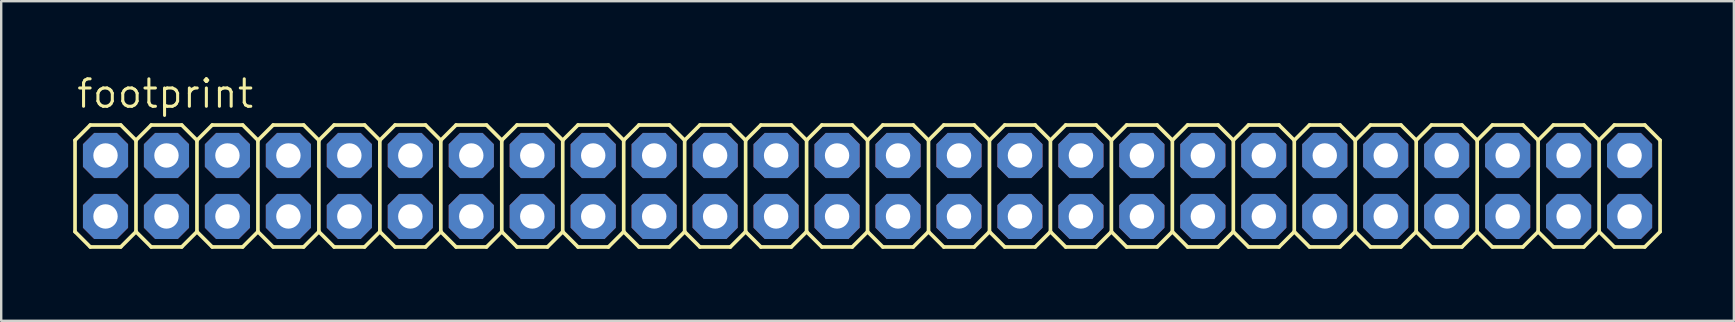
<source format=kicad_pcb>
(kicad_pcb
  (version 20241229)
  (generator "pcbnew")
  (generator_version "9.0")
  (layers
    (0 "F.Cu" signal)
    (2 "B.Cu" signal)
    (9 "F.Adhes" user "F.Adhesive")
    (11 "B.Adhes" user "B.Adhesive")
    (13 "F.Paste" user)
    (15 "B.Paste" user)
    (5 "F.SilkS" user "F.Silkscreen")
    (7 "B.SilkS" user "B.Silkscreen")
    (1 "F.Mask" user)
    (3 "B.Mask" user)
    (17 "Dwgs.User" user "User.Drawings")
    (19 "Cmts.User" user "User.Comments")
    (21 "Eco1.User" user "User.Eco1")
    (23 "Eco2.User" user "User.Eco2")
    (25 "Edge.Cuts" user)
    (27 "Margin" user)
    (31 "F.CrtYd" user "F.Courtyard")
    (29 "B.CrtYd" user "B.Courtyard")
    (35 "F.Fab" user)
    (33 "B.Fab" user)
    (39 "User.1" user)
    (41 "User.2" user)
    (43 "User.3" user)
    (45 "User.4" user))
  (footprint "footprint"
    (layer "F.Cu")
    (at 12.776 4.699)
    (property "Reference" "footprint" (at -12.7 -3.175 0) (layer "F.SilkS") (effects (font (size 1.143 1.143) (thickness 0.127)) (justify left bottom)))
    (fp_line (start -12.7 -1.905) (end -12.065 -2.54) (stroke (width 0.152) (type solid)) (layer "F.SilkS"))
    (fp_line (start -12.7 1.905) (end -12.7 -1.905) (stroke (width 0.152) (type solid)) (layer "F.SilkS"))
    (fp_line (start -12.7 1.905) (end -12.065 2.54) (stroke (width 0.152) (type solid)) (layer "F.SilkS"))
    (fp_line (start -12.065 -2.54) (end -10.795 -2.54) (stroke (width 0.152) (type solid)) (layer "F.SilkS"))
    (fp_line (start -12.065 2.54) (end -10.795 2.54) (stroke (width 0.152) (type solid)) (layer "F.SilkS"))
    (fp_line (start -10.795 -2.54) (end -10.16 -1.905) (stroke (width 0.152) (type solid)) (layer "F.SilkS"))
    (fp_line (start -10.795 2.54) (end -10.16 1.905) (stroke (width 0.152) (type solid)) (layer "F.SilkS"))
    (fp_line (start -10.16 -1.905) (end -10.16 1.905) (stroke (width 0.152) (type solid)) (layer "F.SilkS"))
    (fp_line (start -10.16 -1.905) (end -9.525 -2.54) (stroke (width 0.152) (type solid)) (layer "F.SilkS"))
    (fp_line (start -10.16 1.905) (end -9.525 2.54) (stroke (width 0.152) (type solid)) (layer "F.SilkS"))
    (fp_line (start -9.525 -2.54) (end -8.255 -2.54) (stroke (width 0.152) (type solid)) (layer "F.SilkS"))
    (fp_line (start -9.525 2.54) (end -8.255 2.54) (stroke (width 0.152) (type solid)) (layer "F.SilkS"))
    (fp_line (start -8.255 -2.54) (end -7.62 -1.905) (stroke (width 0.152) (type solid)) (layer "F.SilkS"))
    (fp_line (start -8.255 2.54) (end -7.62 1.905) (stroke (width 0.152) (type solid)) (layer "F.SilkS"))
    (fp_line (start -7.62 -1.905) (end -7.62 1.905) (stroke (width 0.152) (type solid)) (layer "F.SilkS"))
    (fp_line (start -7.62 -1.905) (end -6.985 -2.54) (stroke (width 0.152) (type solid)) (layer "F.SilkS"))
    (fp_line (start -7.62 1.905) (end -6.985 2.54) (stroke (width 0.152) (type solid)) (layer "F.SilkS"))
    (fp_line (start -6.985 -2.54) (end -5.715 -2.54) (stroke (width 0.152) (type solid)) (layer "F.SilkS"))
    (fp_line (start -6.985 2.54) (end -5.715 2.54) (stroke (width 0.152) (type solid)) (layer "F.SilkS"))
    (fp_line (start -5.715 -2.54) (end -5.08 -1.905) (stroke (width 0.152) (type solid)) (layer "F.SilkS"))
    (fp_line (start -5.715 2.54) (end -5.08 1.905) (stroke (width 0.152) (type solid)) (layer "F.SilkS"))
    (fp_line (start -5.08 -1.905) (end -5.08 1.905) (stroke (width 0.152) (type solid)) (layer "F.SilkS"))
    (fp_line (start -5.08 -1.905) (end -4.445 -2.54) (stroke (width 0.152) (type solid)) (layer "F.SilkS"))
    (fp_line (start -5.08 1.905) (end -4.445 2.54) (stroke (width 0.152) (type solid)) (layer "F.SilkS"))
    (fp_line (start -4.445 -2.54) (end -3.175 -2.54) (stroke (width 0.152) (type solid)) (layer "F.SilkS"))
    (fp_line (start -4.445 2.54) (end -3.175 2.54) (stroke (width 0.152) (type solid)) (layer "F.SilkS"))
    (fp_line (start -3.175 -2.54) (end -2.54 -1.905) (stroke (width 0.152) (type solid)) (layer "F.SilkS"))
    (fp_line (start -3.175 2.54) (end -2.54 1.905) (stroke (width 0.152) (type solid)) (layer "F.SilkS"))
    (fp_line (start -2.54 -1.905) (end -2.54 1.905) (stroke (width 0.152) (type solid)) (layer "F.SilkS"))
    (fp_line (start -2.54 -1.905) (end -1.905 -2.54) (stroke (width 0.152) (type solid)) (layer "F.SilkS"))
    (fp_line (start -2.54 1.905) (end -1.905 2.54) (stroke (width 0.152) (type solid)) (layer "F.SilkS"))
    (fp_line (start -1.905 -2.54) (end -0.635 -2.54) (stroke (width 0.152) (type solid)) (layer "F.SilkS"))
    (fp_line (start -1.905 2.54) (end -0.635 2.54) (stroke (width 0.152) (type solid)) (layer "F.SilkS"))
    (fp_line (start -0.635 -2.54) (end 0 -1.905) (stroke (width 0.152) (type solid)) (layer "F.SilkS"))
    (fp_line (start -0.635 2.54) (end 0 1.905) (stroke (width 0.152) (type solid)) (layer "F.SilkS"))
    (fp_line (start 0 -1.905) (end 0 1.905) (stroke (width 0.152) (type solid)) (layer "F.SilkS"))
    (fp_line (start 0 -1.905) (end 0.635 -2.54) (stroke (width 0.152) (type solid)) (layer "F.SilkS"))
    (fp_line (start 0 1.905) (end 0.635 2.54) (stroke (width 0.152) (type solid)) (layer "F.SilkS"))
    (fp_line (start 0.635 -2.54) (end 1.905 -2.54) (stroke (width 0.152) (type solid)) (layer "F.SilkS"))
    (fp_line (start 0.635 2.54) (end 1.905 2.54) (stroke (width 0.152) (type solid)) (layer "F.SilkS"))
    (fp_line (start 1.905 -2.54) (end 2.54 -1.905) (stroke (width 0.152) (type solid)) (layer "F.SilkS"))
    (fp_line (start 1.905 2.54) (end 2.54 1.905) (stroke (width 0.152) (type solid)) (layer "F.SilkS"))
    (fp_line (start 2.54 -1.905) (end 2.54 1.905) (stroke (width 0.152) (type solid)) (layer "F.SilkS"))
    (fp_line (start 2.54 -1.905) (end 3.175 -2.54) (stroke (width 0.152) (type solid)) (layer "F.SilkS"))
    (fp_line (start 2.54 1.905) (end 3.175 2.54) (stroke (width 0.152) (type solid)) (layer "F.SilkS"))
    (fp_line (start 3.175 -2.54) (end 4.445 -2.54) (stroke (width 0.152) (type solid)) (layer "F.SilkS"))
    (fp_line (start 3.175 2.54) (end 4.445 2.54) (stroke (width 0.152) (type solid)) (layer "F.SilkS"))
    (fp_line (start 4.445 -2.54) (end 5.08 -1.905) (stroke (width 0.152) (type solid)) (layer "F.SilkS"))
    (fp_line (start 5.08 -1.905) (end 5.08 1.905) (stroke (width 0.152) (type solid)) (layer "F.SilkS"))
    (fp_line (start 5.08 -1.905) (end 5.715 -2.54) (stroke (width 0.152) (type solid)) (layer "F.SilkS"))
    (fp_line (start 5.08 1.905) (end 4.445 2.54) (stroke (width 0.152) (type solid)) (layer "F.SilkS"))
    (fp_line (start 5.08 1.905) (end 5.715 2.54) (stroke (width 0.152) (type solid)) (layer "F.SilkS"))
    (fp_line (start 5.715 -2.54) (end 6.985 -2.54) (stroke (width 0.152) (type solid)) (layer "F.SilkS"))
    (fp_line (start 5.715 2.54) (end 6.985 2.54) (stroke (width 0.152) (type solid)) (layer "F.SilkS"))
    (fp_line (start 6.985 -2.54) (end 7.62 -1.905) (stroke (width 0.152) (type solid)) (layer "F.SilkS"))
    (fp_line (start 7.62 -1.905) (end 7.62 1.905) (stroke (width 0.152) (type solid)) (layer "F.SilkS"))
    (fp_line (start 7.62 -1.905) (end 8.255 -2.54) (stroke (width 0.152) (type solid)) (layer "F.SilkS"))
    (fp_line (start 7.62 1.905) (end 6.985 2.54) (stroke (width 0.152) (type solid)) (layer "F.SilkS"))
    (fp_line (start 7.62 1.905) (end 8.255 2.54) (stroke (width 0.152) (type solid)) (layer "F.SilkS"))
    (fp_line (start 8.255 -2.54) (end 9.525 -2.54) (stroke (width 0.152) (type solid)) (layer "F.SilkS"))
    (fp_line (start 8.255 2.54) (end 9.525 2.54) (stroke (width 0.152) (type solid)) (layer "F.SilkS"))
    (fp_line (start 9.525 -2.54) (end 10.16 -1.905) (stroke (width 0.152) (type solid)) (layer "F.SilkS"))
    (fp_line (start 10.16 -1.905) (end 10.16 1.905) (stroke (width 0.152) (type solid)) (layer "F.SilkS"))
    (fp_line (start 10.16 -1.905) (end 10.795 -2.54) (stroke (width 0.152) (type solid)) (layer "F.SilkS"))
    (fp_line (start 10.16 1.905) (end 9.525 2.54) (stroke (width 0.152) (type solid)) (layer "F.SilkS"))
    (fp_line (start 10.16 1.905) (end 10.795 2.54) (stroke (width 0.152) (type solid)) (layer "F.SilkS"))
    (fp_line (start 10.795 -2.54) (end 12.065 -2.54) (stroke (width 0.152) (type solid)) (layer "F.SilkS"))
    (fp_line (start 10.795 2.54) (end 12.065 2.54) (stroke (width 0.152) (type solid)) (layer "F.SilkS"))
    (fp_line (start 12.065 -2.54) (end 12.7 -1.905) (stroke (width 0.152) (type solid)) (layer "F.SilkS"))
    (fp_line (start 12.7 -1.905) (end 13.335 -2.54) (stroke (width 0.152) (type solid)) (layer "F.SilkS"))
    (fp_line (start 12.7 1.905) (end 12.065 2.54) (stroke (width 0.152) (type solid)) (layer "F.SilkS"))
    (fp_line (start 12.7 1.905) (end 12.7 -1.905) (stroke (width 0.152) (type solid)) (layer "F.SilkS"))
    (fp_line (start 12.7 1.905) (end 13.335 2.54) (stroke (width 0.152) (type solid)) (layer "F.SilkS"))
    (fp_line (start 13.335 -2.54) (end 14.605 -2.54) (stroke (width 0.152) (type solid)) (layer "F.SilkS"))
    (fp_line (start 13.335 2.54) (end 14.605 2.54) (stroke (width 0.152) (type solid)) (layer "F.SilkS"))
    (fp_line (start 14.605 -2.54) (end 15.24 -1.905) (stroke (width 0.152) (type solid)) (layer "F.SilkS"))
    (fp_line (start 14.605 2.54) (end 15.24 1.905) (stroke (width 0.152) (type solid)) (layer "F.SilkS"))
    (fp_line (start 15.24 -1.905) (end 15.24 1.905) (stroke (width 0.152) (type solid)) (layer "F.SilkS"))
    (fp_line (start 15.24 -1.905) (end 15.875 -2.54) (stroke (width 0.152) (type solid)) (layer "F.SilkS"))
    (fp_line (start 15.24 1.905) (end 15.875 2.54) (stroke (width 0.152) (type solid)) (layer "F.SilkS"))
    (fp_line (start 15.875 -2.54) (end 17.145 -2.54) (stroke (width 0.152) (type solid)) (layer "F.SilkS"))
    (fp_line (start 15.875 2.54) (end 17.145 2.54) (stroke (width 0.152) (type solid)) (layer "F.SilkS"))
    (fp_line (start 17.145 -2.54) (end 17.78 -1.905) (stroke (width 0.152) (type solid)) (layer "F.SilkS"))
    (fp_line (start 17.145 2.54) (end 17.78 1.905) (stroke (width 0.152) (type solid)) (layer "F.SilkS"))
    (fp_line (start 17.78 -1.905) (end 17.78 1.905) (stroke (width 0.152) (type solid)) (layer "F.SilkS"))
    (fp_line (start 17.78 -1.905) (end 18.415 -2.54) (stroke (width 0.152) (type solid)) (layer "F.SilkS"))
    (fp_line (start 17.78 1.905) (end 18.415 2.54) (stroke (width 0.152) (type solid)) (layer "F.SilkS"))
    (fp_line (start 18.415 -2.54) (end 19.685 -2.54) (stroke (width 0.152) (type solid)) (layer "F.SilkS"))
    (fp_line (start 18.415 2.54) (end 19.685 2.54) (stroke (width 0.152) (type solid)) (layer "F.SilkS"))
    (fp_line (start 19.685 -2.54) (end 20.32 -1.905) (stroke (width 0.152) (type solid)) (layer "F.SilkS"))
    (fp_line (start 19.685 2.54) (end 20.32 1.905) (stroke (width 0.152) (type solid)) (layer "F.SilkS"))
    (fp_line (start 20.32 -1.905) (end 20.32 1.905) (stroke (width 0.152) (type solid)) (layer "F.SilkS"))
    (fp_line (start 20.32 -1.905) (end 20.955 -2.54) (stroke (width 0.152) (type solid)) (layer "F.SilkS"))
    (fp_line (start 20.32 1.905) (end 20.955 2.54) (stroke (width 0.152) (type solid)) (layer "F.SilkS"))
    (fp_line (start 20.955 -2.54) (end 22.225 -2.54) (stroke (width 0.152) (type solid)) (layer "F.SilkS"))
    (fp_line (start 20.955 2.54) (end 22.225 2.54) (stroke (width 0.152) (type solid)) (layer "F.SilkS"))
    (fp_line (start 22.225 -2.54) (end 22.86 -1.905) (stroke (width 0.152) (type solid)) (layer "F.SilkS"))
    (fp_line (start 22.225 2.54) (end 22.86 1.905) (stroke (width 0.152) (type solid)) (layer "F.SilkS"))
    (fp_line (start 22.86 -1.905) (end 22.86 1.905) (stroke (width 0.152) (type solid)) (layer "F.SilkS"))
    (fp_line (start 22.86 -1.905) (end 23.495 -2.54) (stroke (width 0.152) (type solid)) (layer "F.SilkS"))
    (fp_line (start 22.86 1.905) (end 23.495 2.54) (stroke (width 0.152) (type solid)) (layer "F.SilkS"))
    (fp_line (start 23.495 -2.54) (end 24.765 -2.54) (stroke (width 0.152) (type solid)) (layer "F.SilkS"))
    (fp_line (start 23.495 2.54) (end 24.765 2.54) (stroke (width 0.152) (type solid)) (layer "F.SilkS"))
    (fp_line (start 24.765 -2.54) (end 25.4 -1.905) (stroke (width 0.152) (type solid)) (layer "F.SilkS"))
    (fp_line (start 24.765 2.54) (end 25.4 1.905) (stroke (width 0.152) (type solid)) (layer "F.SilkS"))
    (fp_line (start 25.4 -1.905) (end 25.4 1.905) (stroke (width 0.152) (type solid)) (layer "F.SilkS"))
    (fp_line (start 25.4 -1.905) (end 26.035 -2.54) (stroke (width 0.152) (type solid)) (layer "F.SilkS"))
    (fp_line (start 25.4 1.905) (end 26.035 2.54) (stroke (width 0.152) (type solid)) (layer "F.SilkS"))
    (fp_line (start 26.035 -2.54) (end 27.305 -2.54) (stroke (width 0.152) (type solid)) (layer "F.SilkS"))
    (fp_line (start 26.035 2.54) (end 27.305 2.54) (stroke (width 0.152) (type solid)) (layer "F.SilkS"))
    (fp_line (start 27.305 -2.54) (end 27.94 -1.905) (stroke (width 0.152) (type solid)) (layer "F.SilkS"))
    (fp_line (start 27.305 2.54) (end 27.94 1.905) (stroke (width 0.152) (type solid)) (layer "F.SilkS"))
    (fp_line (start 27.94 -1.905) (end 27.94 1.905) (stroke (width 0.152) (type solid)) (layer "F.SilkS"))
    (fp_line (start 27.94 -1.905) (end 28.575 -2.54) (stroke (width 0.152) (type solid)) (layer "F.SilkS"))
    (fp_line (start 27.94 1.905) (end 28.575 2.54) (stroke (width 0.152) (type solid)) (layer "F.SilkS"))
    (fp_line (start 28.575 -2.54) (end 29.845 -2.54) (stroke (width 0.152) (type solid)) (layer "F.SilkS"))
    (fp_line (start 28.575 2.54) (end 29.845 2.54) (stroke (width 0.152) (type solid)) (layer "F.SilkS"))
    (fp_line (start 29.845 -2.54) (end 30.48 -1.905) (stroke (width 0.152) (type solid)) (layer "F.SilkS"))
    (fp_line (start 30.48 -1.905) (end 30.48 1.905) (stroke (width 0.152) (type solid)) (layer "F.SilkS"))
    (fp_line (start 30.48 -1.905) (end 31.115 -2.54) (stroke (width 0.152) (type solid)) (layer "F.SilkS"))
    (fp_line (start 30.48 1.905) (end 29.845 2.54) (stroke (width 0.152) (type solid)) (layer "F.SilkS"))
    (fp_line (start 30.48 1.905) (end 31.115 2.54) (stroke (width 0.152) (type solid)) (layer "F.SilkS"))
    (fp_line (start 31.115 -2.54) (end 32.385 -2.54) (stroke (width 0.152) (type solid)) (layer "F.SilkS"))
    (fp_line (start 31.115 2.54) (end 32.385 2.54) (stroke (width 0.152) (type solid)) (layer "F.SilkS"))
    (fp_line (start 32.385 -2.54) (end 33.02 -1.905) (stroke (width 0.152) (type solid)) (layer "F.SilkS"))
    (fp_line (start 33.02 -1.905) (end 33.02 1.905) (stroke (width 0.152) (type solid)) (layer "F.SilkS"))
    (fp_line (start 33.02 -1.905) (end 33.655 -2.54) (stroke (width 0.152) (type solid)) (layer "F.SilkS"))
    (fp_line (start 33.02 1.905) (end 32.385 2.54) (stroke (width 0.152) (type solid)) (layer "F.SilkS"))
    (fp_line (start 33.02 1.905) (end 33.655 2.54) (stroke (width 0.152) (type solid)) (layer "F.SilkS"))
    (fp_line (start 33.655 -2.54) (end 34.925 -2.54) (stroke (width 0.152) (type solid)) (layer "F.SilkS"))
    (fp_line (start 33.655 2.54) (end 34.925 2.54) (stroke (width 0.152) (type solid)) (layer "F.SilkS"))
    (fp_line (start 34.925 -2.54) (end 35.56 -1.905) (stroke (width 0.152) (type solid)) (layer "F.SilkS"))
    (fp_line (start 35.56 -1.905) (end 35.56 1.905) (stroke (width 0.152) (type solid)) (layer "F.SilkS"))
    (fp_line (start 35.56 -1.905) (end 36.195 -2.54) (stroke (width 0.152) (type solid)) (layer "F.SilkS"))
    (fp_line (start 35.56 1.905) (end 34.925 2.54) (stroke (width 0.152) (type solid)) (layer "F.SilkS"))
    (fp_line (start 35.56 1.905) (end 36.195 2.54) (stroke (width 0.152) (type solid)) (layer "F.SilkS"))
    (fp_line (start 36.195 -2.54) (end 37.465 -2.54) (stroke (width 0.152) (type solid)) (layer "F.SilkS"))
    (fp_line (start 36.195 2.54) (end 37.465 2.54) (stroke (width 0.152) (type solid)) (layer "F.SilkS"))
    (fp_line (start 37.465 -2.54) (end 38.1 -1.905) (stroke (width 0.152) (type solid)) (layer "F.SilkS"))
    (fp_line (start 37.465 2.54) (end 38.1 1.905) (stroke (width 0.152) (type solid)) (layer "F.SilkS"))
    (fp_line (start 38.1 -1.905) (end 38.1 1.905) (stroke (width 0.152) (type solid)) (layer "F.SilkS"))
    (fp_line (start 38.1 -1.905) (end 38.735 -2.54) (stroke (width 0.152) (type solid)) (layer "F.SilkS"))
    (fp_line (start 38.1 1.905) (end 38.735 2.54) (stroke (width 0.152) (type solid)) (layer "F.SilkS"))
    (fp_line (start 38.735 -2.54) (end 40.005 -2.54) (stroke (width 0.152) (type solid)) (layer "F.SilkS"))
    (fp_line (start 38.735 2.54) (end 40.005 2.54) (stroke (width 0.152) (type solid)) (layer "F.SilkS"))
    (fp_line (start 40.005 -2.54) (end 40.64 -1.905) (stroke (width 0.152) (type solid)) (layer "F.SilkS"))
    (fp_line (start 40.005 2.54) (end 40.64 1.905) (stroke (width 0.152) (type solid)) (layer "F.SilkS"))
    (fp_line (start 40.64 -1.905) (end 40.64 1.905) (stroke (width 0.152) (type solid)) (layer "F.SilkS"))
    (fp_line (start 40.64 -1.905) (end 41.275 -2.54) (stroke (width 0.152) (type solid)) (layer "F.SilkS"))
    (fp_line (start 40.64 1.905) (end 41.275 2.54) (stroke (width 0.152) (type solid)) (layer "F.SilkS"))
    (fp_line (start 41.275 -2.54) (end 42.545 -2.54) (stroke (width 0.152) (type solid)) (layer "F.SilkS"))
    (fp_line (start 41.275 2.54) (end 42.545 2.54) (stroke (width 0.152) (type solid)) (layer "F.SilkS"))
    (fp_line (start 42.545 -2.54) (end 43.18 -1.905) (stroke (width 0.152) (type solid)) (layer "F.SilkS"))
    (fp_line (start 42.545 2.54) (end 43.18 1.905) (stroke (width 0.152) (type solid)) (layer "F.SilkS"))
    (fp_line (start 43.18 -1.905) (end 43.18 1.905) (stroke (width 0.152) (type solid)) (layer "F.SilkS"))
    (fp_line (start 43.18 -1.905) (end 43.815 -2.54) (stroke (width 0.152) (type solid)) (layer "F.SilkS"))
    (fp_line (start 43.18 1.905) (end 43.815 2.54) (stroke (width 0.152) (type solid)) (layer "F.SilkS"))
    (fp_line (start 43.815 -2.54) (end 45.085 -2.54) (stroke (width 0.152) (type solid)) (layer "F.SilkS"))
    (fp_line (start 43.815 2.54) (end 45.085 2.54) (stroke (width 0.152) (type solid)) (layer "F.SilkS"))
    (fp_line (start 45.085 -2.54) (end 45.72 -1.905) (stroke (width 0.152) (type solid)) (layer "F.SilkS"))
    (fp_line (start 45.72 -1.905) (end 45.72 1.905) (stroke (width 0.152) (type solid)) (layer "F.SilkS"))
    (fp_line (start 45.72 -1.905) (end 46.355 -2.54) (stroke (width 0.152) (type solid)) (layer "F.SilkS"))
    (fp_line (start 45.72 1.905) (end 45.085 2.54) (stroke (width 0.152) (type solid)) (layer "F.SilkS"))
    (fp_line (start 45.72 1.905) (end 46.355 2.54) (stroke (width 0.152) (type solid)) (layer "F.SilkS"))
    (fp_line (start 46.355 -2.54) (end 47.625 -2.54) (stroke (width 0.152) (type solid)) (layer "F.SilkS"))
    (fp_line (start 46.355 2.54) (end 47.625 2.54) (stroke (width 0.152) (type solid)) (layer "F.SilkS"))
    (fp_line (start 47.625 -2.54) (end 48.26 -1.905) (stroke (width 0.152) (type solid)) (layer "F.SilkS"))
    (fp_line (start 48.26 -1.905) (end 48.26 1.905) (stroke (width 0.152) (type solid)) (layer "F.SilkS"))
    (fp_line (start 48.26 -1.905) (end 48.895 -2.54) (stroke (width 0.152) (type solid)) (layer "F.SilkS"))
    (fp_line (start 48.26 1.905) (end 47.625 2.54) (stroke (width 0.152) (type solid)) (layer "F.SilkS"))
    (fp_line (start 48.26 1.905) (end 48.895 2.54) (stroke (width 0.152) (type solid)) (layer "F.SilkS"))
    (fp_line (start 48.895 -2.54) (end 50.165 -2.54) (stroke (width 0.152) (type solid)) (layer "F.SilkS"))
    (fp_line (start 48.895 2.54) (end 50.165 2.54) (stroke (width 0.152) (type solid)) (layer "F.SilkS"))
    (fp_line (start 50.165 -2.54) (end 50.8 -1.905) (stroke (width 0.152) (type solid)) (layer "F.SilkS"))
    (fp_line (start 50.8 -1.905) (end 50.8 1.905) (stroke (width 0.152) (type solid)) (layer "F.SilkS"))
    (fp_line (start 50.8 -1.905) (end 51.435 -2.54) (stroke (width 0.152) (type solid)) (layer "F.SilkS"))
    (fp_line (start 50.8 1.905) (end 50.165 2.54) (stroke (width 0.152) (type solid)) (layer "F.SilkS"))
    (fp_line (start 50.8 1.905) (end 51.435 2.54) (stroke (width 0.152) (type solid)) (layer "F.SilkS"))
    (fp_line (start 51.435 -2.54) (end 52.705 -2.54) (stroke (width 0.152) (type solid)) (layer "F.SilkS"))
    (fp_line (start 51.435 2.54) (end 52.705 2.54) (stroke (width 0.152) (type solid)) (layer "F.SilkS"))
    (fp_line (start 52.705 -2.54) (end 53.34 -1.905) (stroke (width 0.152) (type solid)) (layer "F.SilkS"))
    (fp_line (start 53.34 -1.905) (end 53.34 1.905) (stroke (width 0.152) (type solid)) (layer "F.SilkS"))
    (fp_line (start 53.34 1.905) (end 52.705 2.54) (stroke (width 0.152) (type solid)) (layer "F.SilkS"))
    (fp_poly (pts (xy -11.684 -1.016) (xy -11.176 -1.016) (xy -11.176 -1.524) (xy -11.684 -1.524)) (stroke (width 0.1) (type solid)) (fill no) (layer "F.Fab"))
    (fp_poly (pts (xy -11.684 1.524) (xy -11.176 1.524) (xy -11.176 1.016) (xy -11.684 1.016)) (stroke (width 0.1) (type solid)) (fill no) (layer "F.Fab"))
    (fp_poly (pts (xy -9.144 -1.016) (xy -8.636 -1.016) (xy -8.636 -1.524) (xy -9.144 -1.524)) (stroke (width 0.1) (type solid)) (fill no) (layer "F.Fab"))
    (fp_poly (pts (xy -9.144 1.524) (xy -8.636 1.524) (xy -8.636 1.016) (xy -9.144 1.016)) (stroke (width 0.1) (type solid)) (fill no) (layer "F.Fab"))
    (fp_poly (pts (xy -6.604 -1.016) (xy -6.096 -1.016) (xy -6.096 -1.524) (xy -6.604 -1.524)) (stroke (width 0.1) (type solid)) (fill no) (layer "F.Fab"))
    (fp_poly (pts (xy -6.604 1.524) (xy -6.096 1.524) (xy -6.096 1.016) (xy -6.604 1.016)) (stroke (width 0.1) (type solid)) (fill no) (layer "F.Fab"))
    (fp_poly (pts (xy -4.064 -1.016) (xy -3.556 -1.016) (xy -3.556 -1.524) (xy -4.064 -1.524)) (stroke (width 0.1) (type solid)) (fill no) (layer "F.Fab"))
    (fp_poly (pts (xy -4.064 1.524) (xy -3.556 1.524) (xy -3.556 1.016) (xy -4.064 1.016)) (stroke (width 0.1) (type solid)) (fill no) (layer "F.Fab"))
    (fp_poly (pts (xy -1.524 -1.016) (xy -1.016 -1.016) (xy -1.016 -1.524) (xy -1.524 -1.524)) (stroke (width 0.1) (type solid)) (fill no) (layer "F.Fab"))
    (fp_poly (pts (xy -1.524 1.524) (xy -1.016 1.524) (xy -1.016 1.016) (xy -1.524 1.016)) (stroke (width 0.1) (type solid)) (fill no) (layer "F.Fab"))
    (fp_poly (pts (xy 1.016 -1.016) (xy 1.524 -1.016) (xy 1.524 -1.524) (xy 1.016 -1.524)) (stroke (width 0.1) (type solid)) (fill no) (layer "F.Fab"))
    (fp_poly (pts (xy 1.016 1.524) (xy 1.524 1.524) (xy 1.524 1.016) (xy 1.016 1.016)) (stroke (width 0.1) (type solid)) (fill no) (layer "F.Fab"))
    (fp_poly (pts (xy 3.556 -1.016) (xy 4.064 -1.016) (xy 4.064 -1.524) (xy 3.556 -1.524)) (stroke (width 0.1) (type solid)) (fill no) (layer "F.Fab"))
    (fp_poly (pts (xy 3.556 1.524) (xy 4.064 1.524) (xy 4.064 1.016) (xy 3.556 1.016)) (stroke (width 0.1) (type solid)) (fill no) (layer "F.Fab"))
    (fp_poly (pts (xy 6.096 -1.016) (xy 6.604 -1.016) (xy 6.604 -1.524) (xy 6.096 -1.524)) (stroke (width 0.1) (type solid)) (fill no) (layer "F.Fab"))
    (fp_poly (pts (xy 6.096 1.524) (xy 6.604 1.524) (xy 6.604 1.016) (xy 6.096 1.016)) (stroke (width 0.1) (type solid)) (fill no) (layer "F.Fab"))
    (fp_poly (pts (xy 8.636 -1.016) (xy 9.144 -1.016) (xy 9.144 -1.524) (xy 8.636 -1.524)) (stroke (width 0.1) (type solid)) (fill no) (layer "F.Fab"))
    (fp_poly (pts (xy 8.636 1.524) (xy 9.144 1.524) (xy 9.144 1.016) (xy 8.636 1.016)) (stroke (width 0.1) (type solid)) (fill no) (layer "F.Fab"))
    (fp_poly (pts (xy 11.176 -1.016) (xy 11.684 -1.016) (xy 11.684 -1.524) (xy 11.176 -1.524)) (stroke (width 0.1) (type solid)) (fill no) (layer "F.Fab"))
    (fp_poly (pts (xy 11.176 1.524) (xy 11.684 1.524) (xy 11.684 1.016) (xy 11.176 1.016)) (stroke (width 0.1) (type solid)) (fill no) (layer "F.Fab"))
    (fp_poly (pts (xy 13.716 -1.016) (xy 14.224 -1.016) (xy 14.224 -1.524) (xy 13.716 -1.524)) (stroke (width 0.1) (type solid)) (fill no) (layer "F.Fab"))
    (fp_poly (pts (xy 13.716 1.524) (xy 14.224 1.524) (xy 14.224 1.016) (xy 13.716 1.016)) (stroke (width 0.1) (type solid)) (fill no) (layer "F.Fab"))
    (fp_poly (pts (xy 16.256 -1.016) (xy 16.764 -1.016) (xy 16.764 -1.524) (xy 16.256 -1.524)) (stroke (width 0.1) (type solid)) (fill no) (layer "F.Fab"))
    (fp_poly (pts (xy 16.256 1.524) (xy 16.764 1.524) (xy 16.764 1.016) (xy 16.256 1.016)) (stroke (width 0.1) (type solid)) (fill no) (layer "F.Fab"))
    (fp_poly (pts (xy 18.796 -1.016) (xy 19.304 -1.016) (xy 19.304 -1.524) (xy 18.796 -1.524)) (stroke (width 0.1) (type solid)) (fill no) (layer "F.Fab"))
    (fp_poly (pts (xy 18.796 1.524) (xy 19.304 1.524) (xy 19.304 1.016) (xy 18.796 1.016)) (stroke (width 0.1) (type solid)) (fill no) (layer "F.Fab"))
    (fp_poly (pts (xy 21.336 -1.016) (xy 21.844 -1.016) (xy 21.844 -1.524) (xy 21.336 -1.524)) (stroke (width 0.1) (type solid)) (fill no) (layer "F.Fab"))
    (fp_poly (pts (xy 21.336 1.524) (xy 21.844 1.524) (xy 21.844 1.016) (xy 21.336 1.016)) (stroke (width 0.1) (type solid)) (fill no) (layer "F.Fab"))
    (fp_poly (pts (xy 23.876 -1.016) (xy 24.384 -1.016) (xy 24.384 -1.524) (xy 23.876 -1.524)) (stroke (width 0.1) (type solid)) (fill no) (layer "F.Fab"))
    (fp_poly (pts (xy 23.876 1.524) (xy 24.384 1.524) (xy 24.384 1.016) (xy 23.876 1.016)) (stroke (width 0.1) (type solid)) (fill no) (layer "F.Fab"))
    (fp_poly (pts (xy 26.416 -1.016) (xy 26.924 -1.016) (xy 26.924 -1.524) (xy 26.416 -1.524)) (stroke (width 0.1) (type solid)) (fill no) (layer "F.Fab"))
    (fp_poly (pts (xy 26.416 1.524) (xy 26.924 1.524) (xy 26.924 1.016) (xy 26.416 1.016)) (stroke (width 0.1) (type solid)) (fill no) (layer "F.Fab"))
    (fp_poly (pts (xy 28.956 -1.016) (xy 29.464 -1.016) (xy 29.464 -1.524) (xy 28.956 -1.524)) (stroke (width 0.1) (type solid)) (fill no) (layer "F.Fab"))
    (fp_poly (pts (xy 28.956 1.524) (xy 29.464 1.524) (xy 29.464 1.016) (xy 28.956 1.016)) (stroke (width 0.1) (type solid)) (fill no) (layer "F.Fab"))
    (fp_poly (pts (xy 31.496 -1.016) (xy 32.004 -1.016) (xy 32.004 -1.524) (xy 31.496 -1.524)) (stroke (width 0.1) (type solid)) (fill no) (layer "F.Fab"))
    (fp_poly (pts (xy 31.496 1.524) (xy 32.004 1.524) (xy 32.004 1.016) (xy 31.496 1.016)) (stroke (width 0.1) (type solid)) (fill no) (layer "F.Fab"))
    (fp_poly (pts (xy 34.036 -1.016) (xy 34.544 -1.016) (xy 34.544 -1.524) (xy 34.036 -1.524)) (stroke (width 0.1) (type solid)) (fill no) (layer "F.Fab"))
    (fp_poly (pts (xy 34.036 1.524) (xy 34.544 1.524) (xy 34.544 1.016) (xy 34.036 1.016)) (stroke (width 0.1) (type solid)) (fill no) (layer "F.Fab"))
    (fp_poly (pts (xy 36.576 -1.016) (xy 37.084 -1.016) (xy 37.084 -1.524) (xy 36.576 -1.524)) (stroke (width 0.1) (type solid)) (fill no) (layer "F.Fab"))
    (fp_poly (pts (xy 36.576 1.524) (xy 37.084 1.524) (xy 37.084 1.016) (xy 36.576 1.016)) (stroke (width 0.1) (type solid)) (fill no) (layer "F.Fab"))
    (fp_poly (pts (xy 39.116 -1.016) (xy 39.624 -1.016) (xy 39.624 -1.524) (xy 39.116 -1.524)) (stroke (width 0.1) (type solid)) (fill no) (layer "F.Fab"))
    (fp_poly (pts (xy 39.116 1.524) (xy 39.624 1.524) (xy 39.624 1.016) (xy 39.116 1.016)) (stroke (width 0.1) (type solid)) (fill no) (layer "F.Fab"))
    (fp_poly (pts (xy 41.656 -1.016) (xy 42.164 -1.016) (xy 42.164 -1.524) (xy 41.656 -1.524)) (stroke (width 0.1) (type solid)) (fill no) (layer "F.Fab"))
    (fp_poly (pts (xy 41.656 1.524) (xy 42.164 1.524) (xy 42.164 1.016) (xy 41.656 1.016)) (stroke (width 0.1) (type solid)) (fill no) (layer "F.Fab"))
    (fp_poly (pts (xy 44.196 -1.016) (xy 44.704 -1.016) (xy 44.704 -1.524) (xy 44.196 -1.524)) (stroke (width 0.1) (type solid)) (fill no) (layer "F.Fab"))
    (fp_poly (pts (xy 44.196 1.524) (xy 44.704 1.524) (xy 44.704 1.016) (xy 44.196 1.016)) (stroke (width 0.1) (type solid)) (fill no) (layer "F.Fab"))
    (fp_poly (pts (xy 46.736 -1.016) (xy 47.244 -1.016) (xy 47.244 -1.524) (xy 46.736 -1.524)) (stroke (width 0.1) (type solid)) (fill no) (layer "F.Fab"))
    (fp_poly (pts (xy 46.736 1.524) (xy 47.244 1.524) (xy 47.244 1.016) (xy 46.736 1.016)) (stroke (width 0.1) (type solid)) (fill no) (layer "F.Fab"))
    (fp_poly (pts (xy 49.276 -1.016) (xy 49.784 -1.016) (xy 49.784 -1.524) (xy 49.276 -1.524)) (stroke (width 0.1) (type solid)) (fill no) (layer "F.Fab"))
    (fp_poly (pts (xy 49.276 1.524) (xy 49.784 1.524) (xy 49.784 1.016) (xy 49.276 1.016)) (stroke (width 0.1) (type solid)) (fill no) (layer "F.Fab"))
    (fp_poly (pts (xy 51.816 -1.016) (xy 52.324 -1.016) (xy 52.324 -1.524) (xy 51.816 -1.524)) (stroke (width 0.1) (type solid)) (fill no) (layer "F.Fab"))
    (fp_poly (pts (xy 51.816 1.524) (xy 52.324 1.524) (xy 52.324 1.016) (xy 51.816 1.016)) (stroke (width 0.1) (type solid)) (fill no) (layer "F.Fab"))
    (pad "1" thru_hole roundrect (at -11.43 1.27) (size 1.88 1.88) (drill 1.016) (layers "*.Cu" "*.Mask") (roundrect_rratio 0.25) (chamfer_ratio 0.25) (chamfer top_left top_right bottom_left bottom_right))
    (pad "2" thru_hole roundrect (at -11.43 -1.27) (size 1.88 1.88) (drill 1.016) (layers "*.Cu" "*.Mask") (roundrect_rratio 0.25) (chamfer_ratio 0.25) (chamfer top_left top_right bottom_left bottom_right))
    (pad "3" thru_hole roundrect (at -8.89 1.27) (size 1.88 1.88) (drill 1.016) (layers "*.Cu" "*.Mask") (roundrect_rratio 0.25) (chamfer_ratio 0.25) (chamfer top_left top_right bottom_left bottom_right))
    (pad "4" thru_hole roundrect (at -8.89 -1.27) (size 1.88 1.88) (drill 1.016) (layers "*.Cu" "*.Mask") (roundrect_rratio 0.25) (chamfer_ratio 0.25) (chamfer top_left top_right bottom_left bottom_right))
    (pad "5" thru_hole roundrect (at -6.35 1.27) (size 1.88 1.88) (drill 1.016) (layers "*.Cu" "*.Mask") (roundrect_rratio 0.25) (chamfer_ratio 0.25) (chamfer top_left top_right bottom_left bottom_right))
    (pad "6" thru_hole roundrect (at -6.35 -1.27) (size 1.88 1.88) (drill 1.016) (layers "*.Cu" "*.Mask") (roundrect_rratio 0.25) (chamfer_ratio 0.25) (chamfer top_left top_right bottom_left bottom_right))
    (pad "7" thru_hole roundrect (at -3.81 1.27) (size 1.88 1.88) (drill 1.016) (layers "*.Cu" "*.Mask") (roundrect_rratio 0.25) (chamfer_ratio 0.25) (chamfer top_left top_right bottom_left bottom_right))
    (pad "8" thru_hole roundrect (at -3.81 -1.27) (size 1.88 1.88) (drill 1.016) (layers "*.Cu" "*.Mask") (roundrect_rratio 0.25) (chamfer_ratio 0.25) (chamfer top_left top_right bottom_left bottom_right))
    (pad "9" thru_hole roundrect (at -1.27 1.27) (size 1.88 1.88) (drill 1.016) (layers "*.Cu" "*.Mask") (roundrect_rratio 0.25) (chamfer_ratio 0.25) (chamfer top_left top_right bottom_left bottom_right))
    (pad "10" thru_hole roundrect (at -1.27 -1.27) (size 1.88 1.88) (drill 1.016) (layers "*.Cu" "*.Mask") (roundrect_rratio 0.25) (chamfer_ratio 0.25) (chamfer top_left top_right bottom_left bottom_right))
    (pad "11" thru_hole roundrect (at 1.27 1.27) (size 1.88 1.88) (drill 1.016) (layers "*.Cu" "*.Mask") (roundrect_rratio 0.25) (chamfer_ratio 0.25) (chamfer top_left top_right bottom_left bottom_right))
    (pad "12" thru_hole roundrect (at 1.27 -1.27) (size 1.88 1.88) (drill 1.016) (layers "*.Cu" "*.Mask") (roundrect_rratio 0.25) (chamfer_ratio 0.25) (chamfer top_left top_right bottom_left bottom_right))
    (pad "13" thru_hole roundrect (at 3.81 1.27) (size 1.88 1.88) (drill 1.016) (layers "*.Cu" "*.Mask") (roundrect_rratio 0.25) (chamfer_ratio 0.25) (chamfer top_left top_right bottom_left bottom_right))
    (pad "14" thru_hole roundrect (at 3.81 -1.27) (size 1.88 1.88) (drill 1.016) (layers "*.Cu" "*.Mask") (roundrect_rratio 0.25) (chamfer_ratio 0.25) (chamfer top_left top_right bottom_left bottom_right))
    (pad "15" thru_hole roundrect (at 6.35 1.27) (size 1.88 1.88) (drill 1.016) (layers "*.Cu" "*.Mask") (roundrect_rratio 0.25) (chamfer_ratio 0.25) (chamfer top_left top_right bottom_left bottom_right))
    (pad "16" thru_hole roundrect (at 6.35 -1.27) (size 1.88 1.88) (drill 1.016) (layers "*.Cu" "*.Mask") (roundrect_rratio 0.25) (chamfer_ratio 0.25) (chamfer top_left top_right bottom_left bottom_right))
    (pad "17" thru_hole roundrect (at 8.89 1.27) (size 1.88 1.88) (drill 1.016) (layers "*.Cu" "*.Mask") (roundrect_rratio 0.25) (chamfer_ratio 0.25) (chamfer top_left top_right bottom_left bottom_right))
    (pad "18" thru_hole roundrect (at 8.89 -1.27) (size 1.88 1.88) (drill 1.016) (layers "*.Cu" "*.Mask") (roundrect_rratio 0.25) (chamfer_ratio 0.25) (chamfer top_left top_right bottom_left bottom_right))
    (pad "19" thru_hole roundrect (at 11.43 1.27) (size 1.88 1.88) (drill 1.016) (layers "*.Cu" "*.Mask") (roundrect_rratio 0.25) (chamfer_ratio 0.25) (chamfer top_left top_right bottom_left bottom_right))
    (pad "20" thru_hole roundrect (at 11.43 -1.27) (size 1.88 1.88) (drill 1.016) (layers "*.Cu" "*.Mask") (roundrect_rratio 0.25) (chamfer_ratio 0.25) (chamfer top_left top_right bottom_left bottom_right))
    (pad "21" thru_hole roundrect (at 13.97 1.27) (size 1.88 1.88) (drill 1.016) (layers "*.Cu" "*.Mask") (roundrect_rratio 0.25) (chamfer_ratio 0.25) (chamfer top_left top_right bottom_left bottom_right))
    (pad "22" thru_hole roundrect (at 13.97 -1.27) (size 1.88 1.88) (drill 1.016) (layers "*.Cu" "*.Mask") (roundrect_rratio 0.25) (chamfer_ratio 0.25) (chamfer top_left top_right bottom_left bottom_right))
    (pad "23" thru_hole roundrect (at 16.51 1.27) (size 1.88 1.88) (drill 1.016) (layers "*.Cu" "*.Mask") (roundrect_rratio 0.25) (chamfer_ratio 0.25) (chamfer top_left top_right bottom_left bottom_right))
    (pad "24" thru_hole roundrect (at 16.51 -1.27) (size 1.88 1.88) (drill 1.016) (layers "*.Cu" "*.Mask") (roundrect_rratio 0.25) (chamfer_ratio 0.25) (chamfer top_left top_right bottom_left bottom_right))
    (pad "25" thru_hole roundrect (at 19.05 1.27) (size 1.88 1.88) (drill 1.016) (layers "*.Cu" "*.Mask") (roundrect_rratio 0.25) (chamfer_ratio 0.25) (chamfer top_left top_right bottom_left bottom_right))
    (pad "26" thru_hole roundrect (at 19.05 -1.27) (size 1.88 1.88) (drill 1.016) (layers "*.Cu" "*.Mask") (roundrect_rratio 0.25) (chamfer_ratio 0.25) (chamfer top_left top_right bottom_left bottom_right))
    (pad "27" thru_hole roundrect (at 21.59 1.27) (size 1.88 1.88) (drill 1.016) (layers "*.Cu" "*.Mask") (roundrect_rratio 0.25) (chamfer_ratio 0.25) (chamfer top_left top_right bottom_left bottom_right))
    (pad "28" thru_hole roundrect (at 21.59 -1.27) (size 1.88 1.88) (drill 1.016) (layers "*.Cu" "*.Mask") (roundrect_rratio 0.25) (chamfer_ratio 0.25) (chamfer top_left top_right bottom_left bottom_right))
    (pad "29" thru_hole roundrect (at 24.13 1.27) (size 1.88 1.88) (drill 1.016) (layers "*.Cu" "*.Mask") (roundrect_rratio 0.25) (chamfer_ratio 0.25) (chamfer top_left top_right bottom_left bottom_right))
    (pad "30" thru_hole roundrect (at 24.13 -1.27) (size 1.88 1.88) (drill 1.016) (layers "*.Cu" "*.Mask") (roundrect_rratio 0.25) (chamfer_ratio 0.25) (chamfer top_left top_right bottom_left bottom_right))
    (pad "31" thru_hole roundrect (at 26.67 1.27) (size 1.88 1.88) (drill 1.016) (layers "*.Cu" "*.Mask") (roundrect_rratio 0.25) (chamfer_ratio 0.25) (chamfer top_left top_right bottom_left bottom_right))
    (pad "32" thru_hole roundrect (at 26.67 -1.27) (size 1.88 1.88) (drill 1.016) (layers "*.Cu" "*.Mask") (roundrect_rratio 0.25) (chamfer_ratio 0.25) (chamfer top_left top_right bottom_left bottom_right))
    (pad "33" thru_hole roundrect (at 29.21 1.27) (size 1.88 1.88) (drill 1.016) (layers "*.Cu" "*.Mask") (roundrect_rratio 0.25) (chamfer_ratio 0.25) (chamfer top_left top_right bottom_left bottom_right))
    (pad "34" thru_hole roundrect (at 29.21 -1.27) (size 1.88 1.88) (drill 1.016) (layers "*.Cu" "*.Mask") (roundrect_rratio 0.25) (chamfer_ratio 0.25) (chamfer top_left top_right bottom_left bottom_right))
    (pad "35" thru_hole roundrect (at 31.75 1.27) (size 1.88 1.88) (drill 1.016) (layers "*.Cu" "*.Mask") (roundrect_rratio 0.25) (chamfer_ratio 0.25) (chamfer top_left top_right bottom_left bottom_right))
    (pad "36" thru_hole roundrect (at 31.75 -1.27) (size 1.88 1.88) (drill 1.016) (layers "*.Cu" "*.Mask") (roundrect_rratio 0.25) (chamfer_ratio 0.25) (chamfer top_left top_right bottom_left bottom_right))
    (pad "37" thru_hole roundrect (at 34.29 1.27) (size 1.88 1.88) (drill 1.016) (layers "*.Cu" "*.Mask") (roundrect_rratio 0.25) (chamfer_ratio 0.25) (chamfer top_left top_right bottom_left bottom_right))
    (pad "38" thru_hole roundrect (at 34.29 -1.27) (size 1.88 1.88) (drill 1.016) (layers "*.Cu" "*.Mask") (roundrect_rratio 0.25) (chamfer_ratio 0.25) (chamfer top_left top_right bottom_left bottom_right))
    (pad "39" thru_hole roundrect (at 36.83 1.27) (size 1.88 1.88) (drill 1.016) (layers "*.Cu" "*.Mask") (roundrect_rratio 0.25) (chamfer_ratio 0.25) (chamfer top_left top_right bottom_left bottom_right))
    (pad "40" thru_hole roundrect (at 36.83 -1.27) (size 1.88 1.88) (drill 1.016) (layers "*.Cu" "*.Mask") (roundrect_rratio 0.25) (chamfer_ratio 0.25) (chamfer top_left top_right bottom_left bottom_right))
    (pad "41" thru_hole roundrect (at 39.37 1.27) (size 1.88 1.88) (drill 1.016) (layers "*.Cu" "*.Mask") (roundrect_rratio 0.25) (chamfer_ratio 0.25) (chamfer top_left top_right bottom_left bottom_right))
    (pad "42" thru_hole roundrect (at 39.37 -1.27) (size 1.88 1.88) (drill 1.016) (layers "*.Cu" "*.Mask") (roundrect_rratio 0.25) (chamfer_ratio 0.25) (chamfer top_left top_right bottom_left bottom_right))
    (pad "43" thru_hole roundrect (at 41.91 1.27) (size 1.88 1.88) (drill 1.016) (layers "*.Cu" "*.Mask") (roundrect_rratio 0.25) (chamfer_ratio 0.25) (chamfer top_left top_right bottom_left bottom_right))
    (pad "44" thru_hole roundrect (at 41.91 -1.27) (size 1.88 1.88) (drill 1.016) (layers "*.Cu" "*.Mask") (roundrect_rratio 0.25) (chamfer_ratio 0.25) (chamfer top_left top_right bottom_left bottom_right))
    (pad "45" thru_hole roundrect (at 44.45 1.27) (size 1.88 1.88) (drill 1.016) (layers "*.Cu" "*.Mask") (roundrect_rratio 0.25) (chamfer_ratio 0.25) (chamfer top_left top_right bottom_left bottom_right))
    (pad "46" thru_hole roundrect (at 44.45 -1.27) (size 1.88 1.88) (drill 1.016) (layers "*.Cu" "*.Mask") (roundrect_rratio 0.25) (chamfer_ratio 0.25) (chamfer top_left top_right bottom_left bottom_right))
    (pad "47" thru_hole roundrect (at 46.99 1.27) (size 1.88 1.88) (drill 1.016) (layers "*.Cu" "*.Mask") (roundrect_rratio 0.25) (chamfer_ratio 0.25) (chamfer top_left top_right bottom_left bottom_right))
    (pad "48" thru_hole roundrect (at 46.99 -1.27) (size 1.88 1.88) (drill 1.016) (layers "*.Cu" "*.Mask") (roundrect_rratio 0.25) (chamfer_ratio 0.25) (chamfer top_left top_right bottom_left bottom_right))
    (pad "49" thru_hole roundrect (at 49.53 1.27) (size 1.88 1.88) (drill 1.016) (layers "*.Cu" "*.Mask") (roundrect_rratio 0.25) (chamfer_ratio 0.25) (chamfer top_left top_right bottom_left bottom_right))
    (pad "50" thru_hole roundrect (at 49.53 -1.27) (size 1.88 1.88) (drill 1.016) (layers "*.Cu" "*.Mask") (roundrect_rratio 0.25) (chamfer_ratio 0.25) (chamfer top_left top_right bottom_left bottom_right))
    (pad "51" thru_hole roundrect (at 52.07 1.27) (size 1.88 1.88) (drill 1.016) (layers "*.Cu" "*.Mask") (roundrect_rratio 0.25) (chamfer_ratio 0.25) (chamfer top_left top_right bottom_left bottom_right))
    (pad "52" thru_hole roundrect (at 52.07 -1.27) (size 1.88 1.88) (drill 1.016) (layers "*.Cu" "*.Mask") (roundrect_rratio 0.25) (chamfer_ratio 0.25) (chamfer top_left top_right bottom_left bottom_right)))
  (gr_rect
    (start -3 -3)
    (end 69.192 10.315)
    (stroke (width 0.1) (type default))
    (fill no)
    (layer "Edge.Cuts")))
</source>
